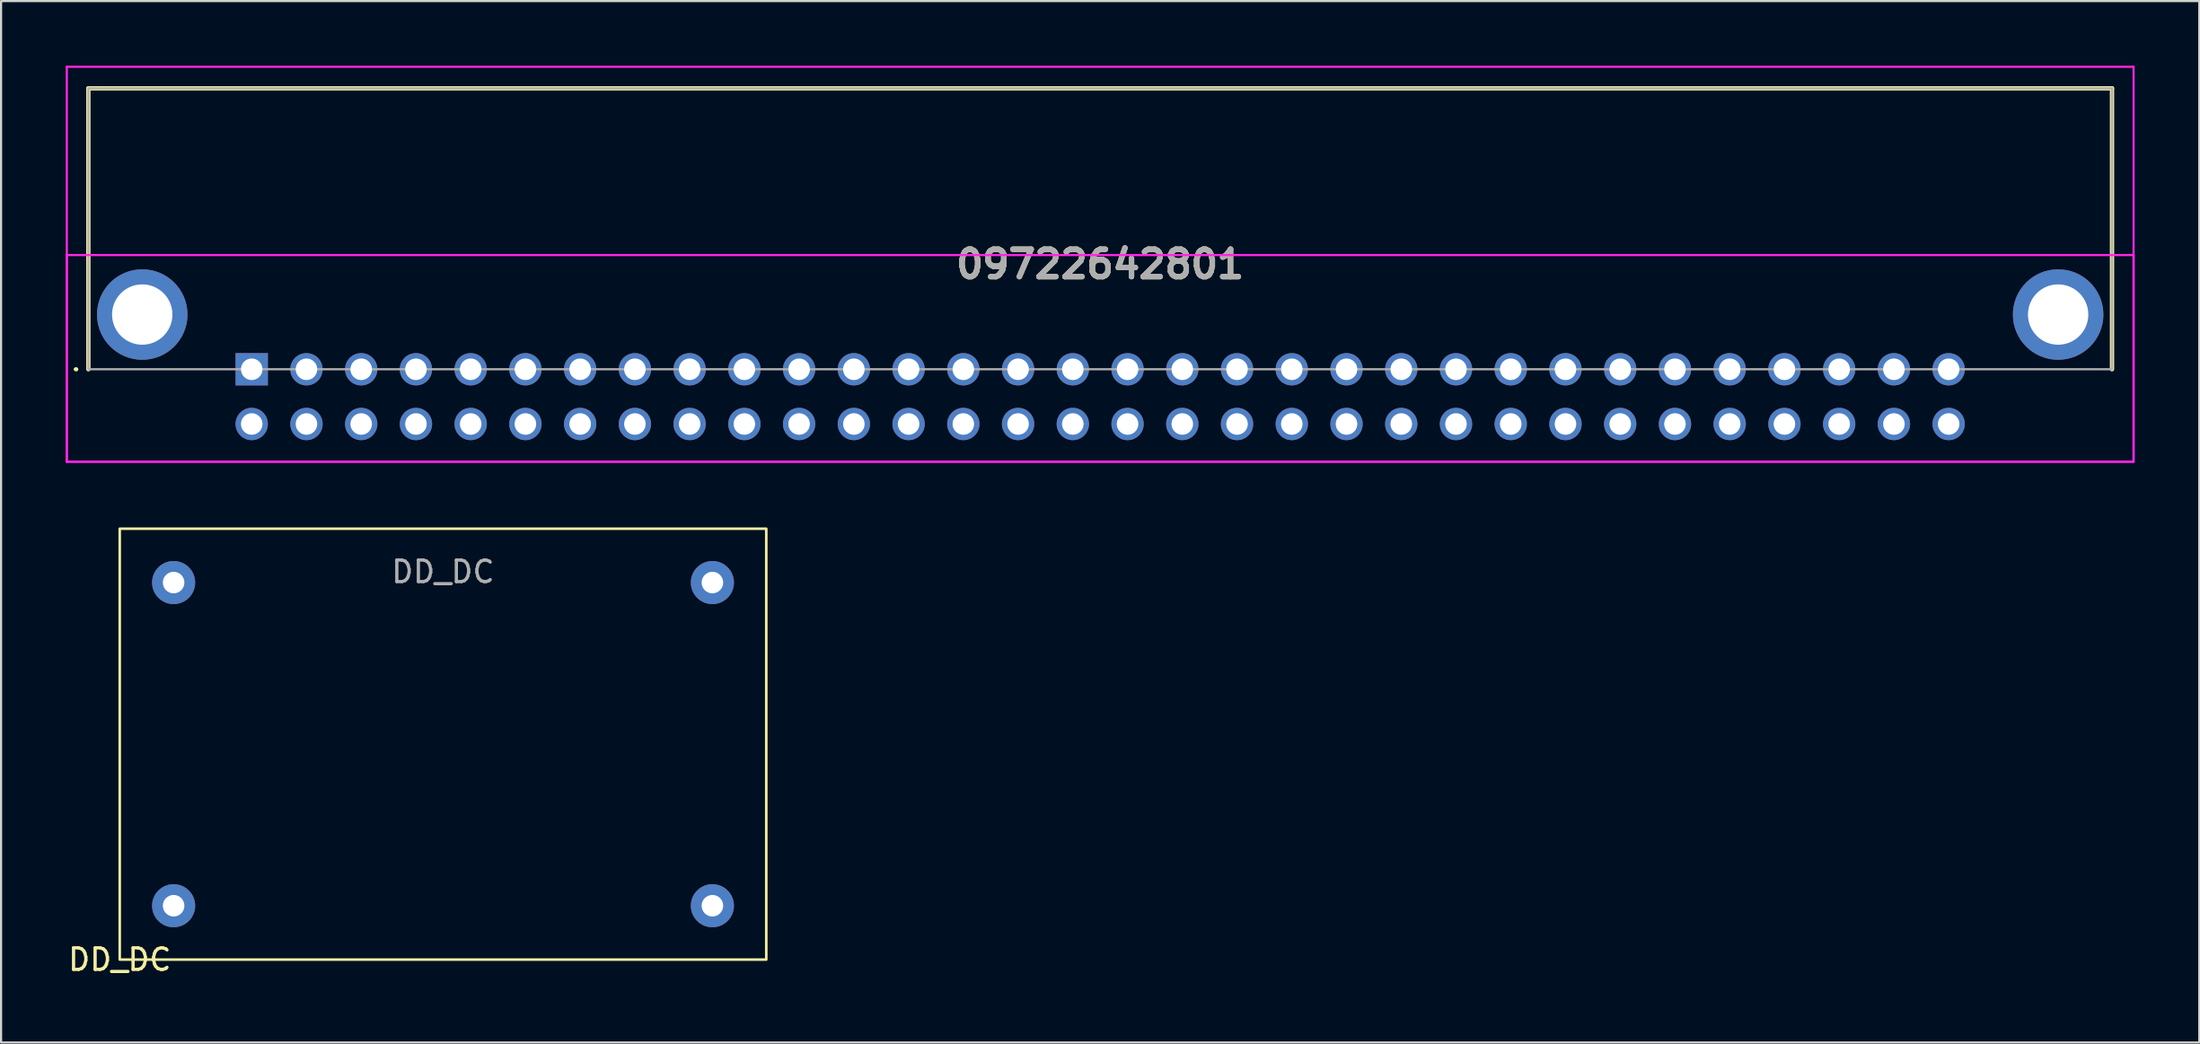
<source format=kicad_pcb>
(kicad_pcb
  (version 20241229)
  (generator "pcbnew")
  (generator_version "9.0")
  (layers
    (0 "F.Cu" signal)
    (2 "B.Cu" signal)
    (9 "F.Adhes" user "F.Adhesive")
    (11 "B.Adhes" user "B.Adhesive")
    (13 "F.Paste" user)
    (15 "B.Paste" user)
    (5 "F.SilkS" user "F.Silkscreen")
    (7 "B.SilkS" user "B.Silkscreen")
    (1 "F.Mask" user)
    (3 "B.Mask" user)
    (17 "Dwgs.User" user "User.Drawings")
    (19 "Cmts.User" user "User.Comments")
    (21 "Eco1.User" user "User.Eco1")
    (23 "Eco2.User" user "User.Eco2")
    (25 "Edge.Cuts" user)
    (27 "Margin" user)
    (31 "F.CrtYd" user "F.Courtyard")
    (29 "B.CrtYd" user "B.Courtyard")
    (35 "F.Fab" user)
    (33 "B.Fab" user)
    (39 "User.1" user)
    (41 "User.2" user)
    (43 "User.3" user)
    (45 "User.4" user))
  (footprint "DD_DC"
    (layer "F.Cu")
    (at 17.506 31.49)
    (property "Reference" "DD_DC" (at -15 10 0) (unlocked yes) (layer "F.SilkS") (effects (font (size 1 1) (thickness 0.15))))
    (attr through_hole)
    (fp_rect (start -15 -10) (end 15 10) (stroke (width 0.12) (type solid)) (fill no) (layer "F.SilkS"))
    (fp_text user "${REFERENCE}" (at 0 -8 0) (unlocked yes) (layer "F.Fab") (effects (font (size 1 1) (thickness 0.15))))
    (pad "1" thru_hole circle (at -12.5 7.5) (size 2 2) (drill 1) (layers "*.Cu" "*.Mask"))
    (pad "2" thru_hole circle (at -12.5 -7.5) (size 2 2) (drill 1) (layers "*.Cu" "*.Mask"))
    (pad "3" thru_hole circle (at 12.5 7.5) (size 2 2) (drill 1) (layers "*.Cu" "*.Mask"))
    (pad "4" thru_hole circle (at 12.5 -7.5) (size 2 2) (drill 1) (layers "*.Cu" "*.Mask")))
  (footprint "09722642801"
    (layer "F.Cu")
    (at 8.63 14.09)
    (property "Reference" "09722642801" (at 39.37 -4.875 0) (layer "F.SilkS") (effects (font (size 1.27 1.27) (thickness 0.254))))
    (attr through_hole)
    (fp_line (start -8.2 0) (end -8.2 0) (stroke (width 0.1) (type solid)) (layer "F.SilkS"))
    (fp_line (start -8.1 0) (end -8.1 0) (stroke (width 0.1) (type solid)) (layer "F.SilkS"))
    (fp_line (start -7.58 -13.04) (end 86.32 -13.04) (stroke (width 0.2) (type solid)) (layer "F.SilkS"))
    (fp_line (start -7.58 0) (end -7.58 -13.04) (stroke (width 0.2) (type solid)) (layer "F.SilkS"))
    (fp_line (start 86.32 -13.04) (end 86.32 0) (stroke (width 0.2) (type solid)) (layer "F.SilkS"))
    (fp_arc (start -8.2 0) (mid -8.15 -0.05) (end -8.1 0) (stroke (width 0.1) (type solid)) (layer "F.SilkS"))
    (fp_arc (start -8.1 0) (mid -8.15 0.05) (end -8.2 0) (stroke (width 0.1) (type solid)) (layer "F.SilkS"))
    (fp_line (start -8.58 -14.04) (end 87.32 -14.04) (stroke (width 0.1) (type solid)) (layer "F.CrtYd"))
    (fp_line (start -8.58 -5.3) (end 87.32 -5.3) (stroke (width 0.1) (type solid)) (layer "F.CrtYd"))
    (fp_line (start -8.58 4.29) (end -8.58 -14.04) (stroke (width 0.1) (type solid)) (layer "F.CrtYd"))
    (fp_line (start -8.58 4.29) (end -8.58 -5.3) (stroke (width 0.1) (type solid)) (layer "F.CrtYd"))
    (fp_line (start 87.32 -14.04) (end 87.32 4.29) (stroke (width 0.1) (type solid)) (layer "F.CrtYd"))
    (fp_line (start 87.32 -5.3) (end 87.32 4.29) (stroke (width 0.1) (type solid)) (layer "F.CrtYd"))
    (fp_line (start 87.32 4.29) (end -8.58 4.29) (stroke (width 0.1) (type solid)) (layer "F.CrtYd"))
    (fp_line (start 87.32 4.29) (end -8.58 4.29) (stroke (width 0.1) (type solid)) (layer "F.CrtYd"))
    (fp_line (start -7.58 -13.04) (end 86.32 -13.04) (stroke (width 0.1) (type solid)) (layer "F.Fab"))
    (fp_line (start -7.58 0) (end -7.58 -13.04) (stroke (width 0.1) (type solid)) (layer "F.Fab"))
    (fp_line (start 86.32 -13.04) (end 86.32 0) (stroke (width 0.1) (type solid)) (layer "F.Fab"))
    (fp_line (start 86.32 0) (end -7.58 0) (stroke (width 0.1) (type solid)) (layer "F.Fab"))
    (fp_text user "${REFERENCE}" (at 39.37 -4.875 0) (layer "F.Fab") (effects (font (size 1.27 1.27) (thickness 0.254))))
    (pad "A1" thru_hole rect (at 0 0) (size 1.5 1.5) (drill 1) (layers "*.Cu" "*.Mask"))
    (pad "A2" thru_hole circle (at 2.54 0) (size 1.5 1.5) (drill 1) (layers "*.Cu" "*.Mask"))
    (pad "A3" thru_hole circle (at 5.08 0) (size 1.5 1.5) (drill 1) (layers "*.Cu" "*.Mask"))
    (pad "A4" thru_hole circle (at 7.62 0) (size 1.5 1.5) (drill 1) (layers "*.Cu" "*.Mask"))
    (pad "A5" thru_hole circle (at 10.16 0) (size 1.5 1.5) (drill 1) (layers "*.Cu" "*.Mask"))
    (pad "A6" thru_hole circle (at 12.7 0) (size 1.5 1.5) (drill 1) (layers "*.Cu" "*.Mask"))
    (pad "A7" thru_hole circle (at 15.24 0) (size 1.5 1.5) (drill 1) (layers "*.Cu" "*.Mask"))
    (pad "A8" thru_hole circle (at 17.78 0) (size 1.5 1.5) (drill 1) (layers "*.Cu" "*.Mask"))
    (pad "A9" thru_hole circle (at 20.32 0) (size 1.5 1.5) (drill 1) (layers "*.Cu" "*.Mask"))
    (pad "A10" thru_hole circle (at 22.86 0) (size 1.5 1.5) (drill 1) (layers "*.Cu" "*.Mask"))
    (pad "A11" thru_hole circle (at 25.4 0) (size 1.5 1.5) (drill 1) (layers "*.Cu" "*.Mask"))
    (pad "A12" thru_hole circle (at 27.94 0) (size 1.5 1.5) (drill 1) (layers "*.Cu" "*.Mask"))
    (pad "A13" thru_hole circle (at 30.48 0) (size 1.5 1.5) (drill 1) (layers "*.Cu" "*.Mask"))
    (pad "A14" thru_hole circle (at 33.02 0) (size 1.5 1.5) (drill 1) (layers "*.Cu" "*.Mask"))
    (pad "A15" thru_hole circle (at 35.56 0) (size 1.5 1.5) (drill 1) (layers "*.Cu" "*.Mask"))
    (pad "A16" thru_hole circle (at 38.1 0) (size 1.5 1.5) (drill 1) (layers "*.Cu" "*.Mask"))
    (pad "A17" thru_hole circle (at 40.64 0) (size 1.5 1.5) (drill 1) (layers "*.Cu" "*.Mask"))
    (pad "A18" thru_hole circle (at 43.18 0) (size 1.5 1.5) (drill 1) (layers "*.Cu" "*.Mask"))
    (pad "A19" thru_hole circle (at 45.72 0) (size 1.5 1.5) (drill 1) (layers "*.Cu" "*.Mask"))
    (pad "A20" thru_hole circle (at 48.26 0) (size 1.5 1.5) (drill 1) (layers "*.Cu" "*.Mask"))
    (pad "A21" thru_hole circle (at 50.8 0) (size 1.5 1.5) (drill 1) (layers "*.Cu" "*.Mask"))
    (pad "A22" thru_hole circle (at 53.34 0) (size 1.5 1.5) (drill 1) (layers "*.Cu" "*.Mask"))
    (pad "A23" thru_hole circle (at 55.88 0) (size 1.5 1.5) (drill 1) (layers "*.Cu" "*.Mask"))
    (pad "A24" thru_hole circle (at 58.42 0) (size 1.5 1.5) (drill 1) (layers "*.Cu" "*.Mask"))
    (pad "A25" thru_hole circle (at 60.96 0) (size 1.5 1.5) (drill 1) (layers "*.Cu" "*.Mask"))
    (pad "A26" thru_hole circle (at 63.5 0) (size 1.5 1.5) (drill 1) (layers "*.Cu" "*.Mask"))
    (pad "A27" thru_hole circle (at 66.04 0) (size 1.5 1.5) (drill 1) (layers "*.Cu" "*.Mask"))
    (pad "A28" thru_hole circle (at 68.58 0) (size 1.5 1.5) (drill 1) (layers "*.Cu" "*.Mask"))
    (pad "A29" thru_hole circle (at 71.12 0) (size 1.5 1.5) (drill 1) (layers "*.Cu" "*.Mask"))
    (pad "A30" thru_hole circle (at 73.66 0) (size 1.5 1.5) (drill 1) (layers "*.Cu" "*.Mask"))
    (pad "A31" thru_hole circle (at 76.2 0) (size 1.5 1.5) (drill 1) (layers "*.Cu" "*.Mask"))
    (pad "A32" thru_hole circle (at 78.74 0) (size 1.5 1.5) (drill 1) (layers "*.Cu" "*.Mask"))
    (pad "B1" thru_hole circle (at 0 2.54) (size 1.5 1.5) (drill 1) (layers "*.Cu" "*.Mask"))
    (pad "B2" thru_hole circle (at 2.54 2.54) (size 1.5 1.5) (drill 1) (layers "*.Cu" "*.Mask"))
    (pad "B3" thru_hole circle (at 5.08 2.54) (size 1.5 1.5) (drill 1) (layers "*.Cu" "*.Mask"))
    (pad "B4" thru_hole circle (at 7.62 2.54) (size 1.5 1.5) (drill 1) (layers "*.Cu" "*.Mask"))
    (pad "B5" thru_hole circle (at 10.16 2.54) (size 1.5 1.5) (drill 1) (layers "*.Cu" "*.Mask"))
    (pad "B6" thru_hole circle (at 12.7 2.54) (size 1.5 1.5) (drill 1) (layers "*.Cu" "*.Mask"))
    (pad "B7" thru_hole circle (at 15.24 2.54) (size 1.5 1.5) (drill 1) (layers "*.Cu" "*.Mask"))
    (pad "B8" thru_hole circle (at 17.78 2.54) (size 1.5 1.5) (drill 1) (layers "*.Cu" "*.Mask"))
    (pad "B9" thru_hole circle (at 20.32 2.54) (size 1.5 1.5) (drill 1) (layers "*.Cu" "*.Mask"))
    (pad "B10" thru_hole circle (at 22.86 2.54) (size 1.5 1.5) (drill 1) (layers "*.Cu" "*.Mask"))
    (pad "B11" thru_hole circle (at 25.4 2.54) (size 1.5 1.5) (drill 1) (layers "*.Cu" "*.Mask"))
    (pad "B12" thru_hole circle (at 27.94 2.54) (size 1.5 1.5) (drill 1) (layers "*.Cu" "*.Mask"))
    (pad "B13" thru_hole circle (at 30.48 2.54) (size 1.5 1.5) (drill 1) (layers "*.Cu" "*.Mask"))
    (pad "B14" thru_hole circle (at 33.02 2.54) (size 1.5 1.5) (drill 1) (layers "*.Cu" "*.Mask"))
    (pad "B15" thru_hole circle (at 35.56 2.54) (size 1.5 1.5) (drill 1) (layers "*.Cu" "*.Mask"))
    (pad "B16" thru_hole circle (at 38.1 2.54) (size 1.5 1.5) (drill 1) (layers "*.Cu" "*.Mask"))
    (pad "B17" thru_hole circle (at 40.64 2.54) (size 1.5 1.5) (drill 1) (layers "*.Cu" "*.Mask"))
    (pad "B18" thru_hole circle (at 43.18 2.54) (size 1.5 1.5) (drill 1) (layers "*.Cu" "*.Mask"))
    (pad "B19" thru_hole circle (at 45.72 2.54) (size 1.5 1.5) (drill 1) (layers "*.Cu" "*.Mask"))
    (pad "B20" thru_hole circle (at 48.26 2.54) (size 1.5 1.5) (drill 1) (layers "*.Cu" "*.Mask"))
    (pad "B21" thru_hole circle (at 50.8 2.54) (size 1.5 1.5) (drill 1) (layers "*.Cu" "*.Mask"))
    (pad "B22" thru_hole circle (at 53.34 2.54) (size 1.5 1.5) (drill 1) (layers "*.Cu" "*.Mask"))
    (pad "B23" thru_hole circle (at 55.88 2.54) (size 1.5 1.5) (drill 1) (layers "*.Cu" "*.Mask"))
    (pad "B24" thru_hole circle (at 58.42 2.54) (size 1.5 1.5) (drill 1) (layers "*.Cu" "*.Mask"))
    (pad "B25" thru_hole circle (at 60.96 2.54) (size 1.5 1.5) (drill 1) (layers "*.Cu" "*.Mask"))
    (pad "B26" thru_hole circle (at 63.5 2.54) (size 1.5 1.5) (drill 1) (layers "*.Cu" "*.Mask"))
    (pad "B27" thru_hole circle (at 66.04 2.54) (size 1.5 1.5) (drill 1) (layers "*.Cu" "*.Mask"))
    (pad "B28" thru_hole circle (at 68.58 2.54) (size 1.5 1.5) (drill 1) (layers "*.Cu" "*.Mask"))
    (pad "B29" thru_hole circle (at 71.12 2.54) (size 1.5 1.5) (drill 1) (layers "*.Cu" "*.Mask"))
    (pad "B30" thru_hole circle (at 73.66 2.54) (size 1.5 1.5) (drill 1) (layers "*.Cu" "*.Mask"))
    (pad "B31" thru_hole circle (at 76.2 2.54) (size 1.5 1.5) (drill 1) (layers "*.Cu" "*.Mask"))
    (pad "B32" thru_hole circle (at 78.74 2.54) (size 1.5 1.5) (drill 1) (layers "*.Cu" "*.Mask"))
    (pad "MH1" thru_hole circle (at -5.08 -2.54) (size 4.2 4.2) (drill 2.8) (layers "*.Cu" "*.Mask"))
    (pad "MH2" thru_hole circle (at 83.82 -2.54) (size 4.2 4.2) (drill 2.8) (layers "*.Cu" "*.Mask")))
  (gr_rect
    (start -3 -3)
    (end 99 45.338)
    (stroke (width 0.1) (type default))
    (fill no)
    (layer "Edge.Cuts")))
</source>
